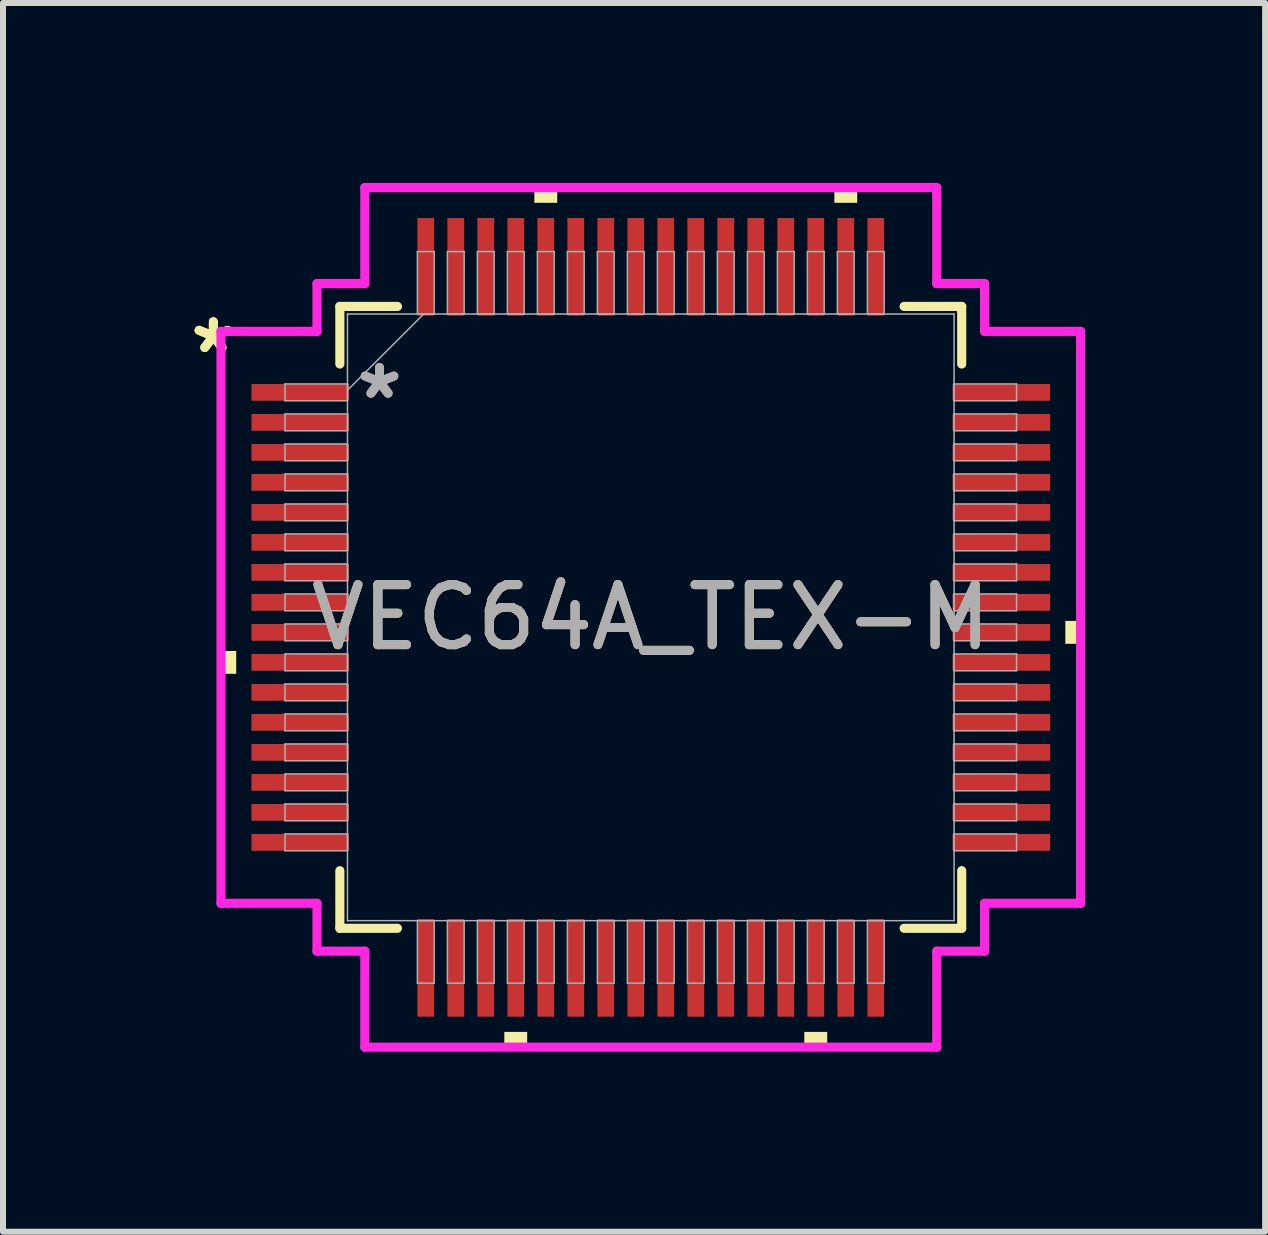
<source format=kicad_pcb>
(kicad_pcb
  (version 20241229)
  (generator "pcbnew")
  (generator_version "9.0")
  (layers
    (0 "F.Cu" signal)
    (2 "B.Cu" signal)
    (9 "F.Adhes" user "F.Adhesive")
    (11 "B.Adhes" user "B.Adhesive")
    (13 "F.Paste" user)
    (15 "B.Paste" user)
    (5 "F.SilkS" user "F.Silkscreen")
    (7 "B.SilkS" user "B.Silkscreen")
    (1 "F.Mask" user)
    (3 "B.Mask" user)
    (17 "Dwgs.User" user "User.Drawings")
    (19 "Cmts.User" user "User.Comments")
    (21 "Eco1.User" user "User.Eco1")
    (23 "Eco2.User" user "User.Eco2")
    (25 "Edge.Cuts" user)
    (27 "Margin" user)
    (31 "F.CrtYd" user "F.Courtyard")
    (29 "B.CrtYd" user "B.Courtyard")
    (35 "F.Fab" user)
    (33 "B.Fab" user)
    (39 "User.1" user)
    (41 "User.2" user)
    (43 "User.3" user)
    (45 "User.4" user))
  (footprint "VEC64A_TEX-M"
    (layer "F.Cu")
    (at 7.796 7.239)
    (property "Reference" "VEC64A_TEX-M" (at 0 0 0) (unlocked yes) (layer "F.SilkS") (effects (font (size 1 1) (thickness 0.15))))
    (attr smd)
    (fp_line (start -5.182 -5.182) (end -5.182 -4.222) (stroke (width 0.152) (type solid)) (layer "F.SilkS"))
    (fp_line (start -5.182 4.222) (end -5.182 5.182) (stroke (width 0.152) (type solid)) (layer "F.SilkS"))
    (fp_line (start -5.182 5.182) (end -4.222 5.182) (stroke (width 0.152) (type solid)) (layer "F.SilkS"))
    (fp_line (start -4.222 -5.182) (end -5.182 -5.182) (stroke (width 0.152) (type solid)) (layer "F.SilkS"))
    (fp_line (start 4.222 5.182) (end 5.182 5.182) (stroke (width 0.152) (type solid)) (layer "F.SilkS"))
    (fp_line (start 5.182 -5.182) (end 4.222 -5.182) (stroke (width 0.152) (type solid)) (layer "F.SilkS"))
    (fp_line (start 5.182 -4.222) (end 5.182 -5.182) (stroke (width 0.152) (type solid)) (layer "F.SilkS"))
    (fp_line (start 5.182 5.182) (end 5.182 4.222) (stroke (width 0.152) (type solid)) (layer "F.SilkS"))
    (fp_poly (pts (xy -7.163 0.56) (xy -7.163 0.941) (xy -6.909 0.941) (xy -6.909 0.56)) (stroke (width 0) (type solid)) (fill yes) (layer "F.SilkS"))
    (fp_poly (pts (xy -2.441 6.909) (xy -2.441 7.163) (xy -2.06 7.163) (xy -2.06 6.909)) (stroke (width 0) (type solid)) (fill yes) (layer "F.SilkS"))
    (fp_poly (pts (xy -1.94 -6.909) (xy -1.94 -7.163) (xy -1.559 -7.163) (xy -1.559 -6.909)) (stroke (width 0) (type solid)) (fill yes) (layer "F.SilkS"))
    (fp_poly (pts (xy 2.559 6.909) (xy 2.559 7.163) (xy 2.941 7.163) (xy 2.941 6.909)) (stroke (width 0) (type solid)) (fill yes) (layer "F.SilkS"))
    (fp_poly (pts (xy 3.06 -6.909) (xy 3.06 -7.163) (xy 3.441 -7.163) (xy 3.441 -6.909)) (stroke (width 0) (type solid)) (fill yes) (layer "F.SilkS"))
    (fp_poly (pts (xy 7.163 0.059) (xy 7.163 0.441) (xy 6.909 0.441) (xy 6.909 0.059)) (stroke (width 0) (type solid)) (fill yes) (layer "F.SilkS"))
    (fp_line (start -7.163 -4.766) (end -5.563 -4.766) (stroke (width 0.152) (type solid)) (layer "F.CrtYd"))
    (fp_line (start -7.163 4.766) (end -7.163 -4.766) (stroke (width 0.152) (type solid)) (layer "F.CrtYd"))
    (fp_line (start -7.163 4.766) (end -5.563 4.766) (stroke (width 0.152) (type solid)) (layer "F.CrtYd"))
    (fp_line (start -5.563 -5.563) (end -4.766 -5.563) (stroke (width 0.152) (type solid)) (layer "F.CrtYd"))
    (fp_line (start -5.563 -4.766) (end -5.563 -5.563) (stroke (width 0.152) (type solid)) (layer "F.CrtYd"))
    (fp_line (start -5.563 5.563) (end -5.563 4.766) (stroke (width 0.152) (type solid)) (layer "F.CrtYd"))
    (fp_line (start -4.766 -7.163) (end 4.766 -7.163) (stroke (width 0.152) (type solid)) (layer "F.CrtYd"))
    (fp_line (start -4.766 -5.563) (end -4.766 -7.163) (stroke (width 0.152) (type solid)) (layer "F.CrtYd"))
    (fp_line (start -4.766 5.563) (end -5.563 5.563) (stroke (width 0.152) (type solid)) (layer "F.CrtYd"))
    (fp_line (start -4.766 7.163) (end -4.766 5.563) (stroke (width 0.152) (type solid)) (layer "F.CrtYd"))
    (fp_line (start 4.766 -7.163) (end 4.766 -5.563) (stroke (width 0.152) (type solid)) (layer "F.CrtYd"))
    (fp_line (start 4.766 -5.563) (end 5.563 -5.563) (stroke (width 0.152) (type solid)) (layer "F.CrtYd"))
    (fp_line (start 4.766 5.563) (end 4.766 7.163) (stroke (width 0.152) (type solid)) (layer "F.CrtYd"))
    (fp_line (start 4.766 7.163) (end -4.766 7.163) (stroke (width 0.152) (type solid)) (layer "F.CrtYd"))
    (fp_line (start 5.563 -5.563) (end 5.563 -4.766) (stroke (width 0.152) (type solid)) (layer "F.CrtYd"))
    (fp_line (start 5.563 -4.766) (end 7.163 -4.766) (stroke (width 0.152) (type solid)) (layer "F.CrtYd"))
    (fp_line (start 5.563 4.766) (end 5.563 5.563) (stroke (width 0.152) (type solid)) (layer "F.CrtYd"))
    (fp_line (start 5.563 5.563) (end 4.766 5.563) (stroke (width 0.152) (type solid)) (layer "F.CrtYd"))
    (fp_line (start 7.163 -4.766) (end 7.163 4.766) (stroke (width 0.152) (type solid)) (layer "F.CrtYd"))
    (fp_line (start 7.163 4.766) (end 5.563 4.766) (stroke (width 0.152) (type solid)) (layer "F.CrtYd"))
    (fp_line (start -6.096 -3.89) (end -6.096 -3.61) (stroke (width 0.025) (type solid)) (layer "F.Fab"))
    (fp_line (start -6.096 -3.61) (end -5.055 -3.61) (stroke (width 0.025) (type solid)) (layer "F.Fab"))
    (fp_line (start -6.096 -3.39) (end -6.096 -3.11) (stroke (width 0.025) (type solid)) (layer "F.Fab"))
    (fp_line (start -6.096 -3.11) (end -5.055 -3.11) (stroke (width 0.025) (type solid)) (layer "F.Fab"))
    (fp_line (start -6.096 -2.89) (end -6.096 -2.61) (stroke (width 0.025) (type solid)) (layer "F.Fab"))
    (fp_line (start -6.096 -2.61) (end -5.055 -2.61) (stroke (width 0.025) (type solid)) (layer "F.Fab"))
    (fp_line (start -6.096 -2.39) (end -6.096 -2.11) (stroke (width 0.025) (type solid)) (layer "F.Fab"))
    (fp_line (start -6.096 -2.11) (end -5.055 -2.11) (stroke (width 0.025) (type solid)) (layer "F.Fab"))
    (fp_line (start -6.096 -1.89) (end -6.096 -1.61) (stroke (width 0.025) (type solid)) (layer "F.Fab"))
    (fp_line (start -6.096 -1.61) (end -5.055 -1.61) (stroke (width 0.025) (type solid)) (layer "F.Fab"))
    (fp_line (start -6.096 -1.39) (end -6.096 -1.11) (stroke (width 0.025) (type solid)) (layer "F.Fab"))
    (fp_line (start -6.096 -1.11) (end -5.055 -1.11) (stroke (width 0.025) (type solid)) (layer "F.Fab"))
    (fp_line (start -6.096 -0.89) (end -6.096 -0.61) (stroke (width 0.025) (type solid)) (layer "F.Fab"))
    (fp_line (start -6.096 -0.61) (end -5.055 -0.61) (stroke (width 0.025) (type solid)) (layer "F.Fab"))
    (fp_line (start -6.096 -0.39) (end -6.096 -0.11) (stroke (width 0.025) (type solid)) (layer "F.Fab"))
    (fp_line (start -6.096 -0.11) (end -5.055 -0.11) (stroke (width 0.025) (type solid)) (layer "F.Fab"))
    (fp_line (start -6.096 0.11) (end -6.096 0.39) (stroke (width 0.025) (type solid)) (layer "F.Fab"))
    (fp_line (start -6.096 0.39) (end -5.055 0.39) (stroke (width 0.025) (type solid)) (layer "F.Fab"))
    (fp_line (start -6.096 0.61) (end -6.096 0.89) (stroke (width 0.025) (type solid)) (layer "F.Fab"))
    (fp_line (start -6.096 0.89) (end -5.055 0.89) (stroke (width 0.025) (type solid)) (layer "F.Fab"))
    (fp_line (start -6.096 1.11) (end -6.096 1.39) (stroke (width 0.025) (type solid)) (layer "F.Fab"))
    (fp_line (start -6.096 1.39) (end -5.055 1.39) (stroke (width 0.025) (type solid)) (layer "F.Fab"))
    (fp_line (start -6.096 1.61) (end -6.096 1.89) (stroke (width 0.025) (type solid)) (layer "F.Fab"))
    (fp_line (start -6.096 1.89) (end -5.055 1.89) (stroke (width 0.025) (type solid)) (layer "F.Fab"))
    (fp_line (start -6.096 2.11) (end -6.096 2.39) (stroke (width 0.025) (type solid)) (layer "F.Fab"))
    (fp_line (start -6.096 2.39) (end -5.055 2.39) (stroke (width 0.025) (type solid)) (layer "F.Fab"))
    (fp_line (start -6.096 2.61) (end -6.096 2.89) (stroke (width 0.025) (type solid)) (layer "F.Fab"))
    (fp_line (start -6.096 2.89) (end -5.055 2.89) (stroke (width 0.025) (type solid)) (layer "F.Fab"))
    (fp_line (start -6.096 3.11) (end -6.096 3.39) (stroke (width 0.025) (type solid)) (layer "F.Fab"))
    (fp_line (start -6.096 3.39) (end -5.055 3.39) (stroke (width 0.025) (type solid)) (layer "F.Fab"))
    (fp_line (start -6.096 3.61) (end -6.096 3.89) (stroke (width 0.025) (type solid)) (layer "F.Fab"))
    (fp_line (start -6.096 3.89) (end -5.055 3.89) (stroke (width 0.025) (type solid)) (layer "F.Fab"))
    (fp_line (start -5.055 -5.055) (end -5.055 5.055) (stroke (width 0.025) (type solid)) (layer "F.Fab"))
    (fp_line (start -5.055 -3.89) (end -6.096 -3.89) (stroke (width 0.025) (type solid)) (layer "F.Fab"))
    (fp_line (start -5.055 -3.785) (end -3.785 -5.055) (stroke (width 0.025) (type solid)) (layer "F.Fab"))
    (fp_line (start -5.055 -3.61) (end -5.055 -3.89) (stroke (width 0.025) (type solid)) (layer "F.Fab"))
    (fp_line (start -5.055 -3.39) (end -6.096 -3.39) (stroke (width 0.025) (type solid)) (layer "F.Fab"))
    (fp_line (start -5.055 -3.11) (end -5.055 -3.39) (stroke (width 0.025) (type solid)) (layer "F.Fab"))
    (fp_line (start -5.055 -2.89) (end -6.096 -2.89) (stroke (width 0.025) (type solid)) (layer "F.Fab"))
    (fp_line (start -5.055 -2.61) (end -5.055 -2.89) (stroke (width 0.025) (type solid)) (layer "F.Fab"))
    (fp_line (start -5.055 -2.39) (end -6.096 -2.39) (stroke (width 0.025) (type solid)) (layer "F.Fab"))
    (fp_line (start -5.055 -2.11) (end -5.055 -2.39) (stroke (width 0.025) (type solid)) (layer "F.Fab"))
    (fp_line (start -5.055 -1.89) (end -6.096 -1.89) (stroke (width 0.025) (type solid)) (layer "F.Fab"))
    (fp_line (start -5.055 -1.61) (end -5.055 -1.89) (stroke (width 0.025) (type solid)) (layer "F.Fab"))
    (fp_line (start -5.055 -1.39) (end -6.096 -1.39) (stroke (width 0.025) (type solid)) (layer "F.Fab"))
    (fp_line (start -5.055 -1.11) (end -5.055 -1.39) (stroke (width 0.025) (type solid)) (layer "F.Fab"))
    (fp_line (start -5.055 -0.89) (end -6.096 -0.89) (stroke (width 0.025) (type solid)) (layer "F.Fab"))
    (fp_line (start -5.055 -0.61) (end -5.055 -0.89) (stroke (width 0.025) (type solid)) (layer "F.Fab"))
    (fp_line (start -5.055 -0.39) (end -6.096 -0.39) (stroke (width 0.025) (type solid)) (layer "F.Fab"))
    (fp_line (start -5.055 -0.11) (end -5.055 -0.39) (stroke (width 0.025) (type solid)) (layer "F.Fab"))
    (fp_line (start -5.055 0.11) (end -6.096 0.11) (stroke (width 0.025) (type solid)) (layer "F.Fab"))
    (fp_line (start -5.055 0.39) (end -5.055 0.11) (stroke (width 0.025) (type solid)) (layer "F.Fab"))
    (fp_line (start -5.055 0.61) (end -6.096 0.61) (stroke (width 0.025) (type solid)) (layer "F.Fab"))
    (fp_line (start -5.055 0.89) (end -5.055 0.61) (stroke (width 0.025) (type solid)) (layer "F.Fab"))
    (fp_line (start -5.055 1.11) (end -6.096 1.11) (stroke (width 0.025) (type solid)) (layer "F.Fab"))
    (fp_line (start -5.055 1.39) (end -5.055 1.11) (stroke (width 0.025) (type solid)) (layer "F.Fab"))
    (fp_line (start -5.055 1.61) (end -6.096 1.61) (stroke (width 0.025) (type solid)) (layer "F.Fab"))
    (fp_line (start -5.055 1.89) (end -5.055 1.61) (stroke (width 0.025) (type solid)) (layer "F.Fab"))
    (fp_line (start -5.055 2.11) (end -6.096 2.11) (stroke (width 0.025) (type solid)) (layer "F.Fab"))
    (fp_line (start -5.055 2.39) (end -5.055 2.11) (stroke (width 0.025) (type solid)) (layer "F.Fab"))
    (fp_line (start -5.055 2.61) (end -6.096 2.61) (stroke (width 0.025) (type solid)) (layer "F.Fab"))
    (fp_line (start -5.055 2.89) (end -5.055 2.61) (stroke (width 0.025) (type solid)) (layer "F.Fab"))
    (fp_line (start -5.055 3.11) (end -6.096 3.11) (stroke (width 0.025) (type solid)) (layer "F.Fab"))
    (fp_line (start -5.055 3.39) (end -5.055 3.11) (stroke (width 0.025) (type solid)) (layer "F.Fab"))
    (fp_line (start -5.055 3.61) (end -6.096 3.61) (stroke (width 0.025) (type solid)) (layer "F.Fab"))
    (fp_line (start -5.055 3.89) (end -5.055 3.61) (stroke (width 0.025) (type solid)) (layer "F.Fab"))
    (fp_line (start -5.055 5.055) (end 5.055 5.055) (stroke (width 0.025) (type solid)) (layer "F.Fab"))
    (fp_line (start -3.89 -6.096) (end -3.89 -5.055) (stroke (width 0.025) (type solid)) (layer "F.Fab"))
    (fp_line (start -3.89 -5.055) (end -3.61 -5.055) (stroke (width 0.025) (type solid)) (layer "F.Fab"))
    (fp_line (start -3.89 5.055) (end -3.89 6.096) (stroke (width 0.025) (type solid)) (layer "F.Fab"))
    (fp_line (start -3.89 6.096) (end -3.61 6.096) (stroke (width 0.025) (type solid)) (layer "F.Fab"))
    (fp_line (start -3.61 -6.096) (end -3.89 -6.096) (stroke (width 0.025) (type solid)) (layer "F.Fab"))
    (fp_line (start -3.61 -5.055) (end -3.61 -6.096) (stroke (width 0.025) (type solid)) (layer "F.Fab"))
    (fp_line (start -3.61 5.055) (end -3.89 5.055) (stroke (width 0.025) (type solid)) (layer "F.Fab"))
    (fp_line (start -3.61 6.096) (end -3.61 5.055) (stroke (width 0.025) (type solid)) (layer "F.Fab"))
    (fp_line (start -3.39 -6.096) (end -3.39 -5.055) (stroke (width 0.025) (type solid)) (layer "F.Fab"))
    (fp_line (start -3.39 -5.055) (end -3.11 -5.055) (stroke (width 0.025) (type solid)) (layer "F.Fab"))
    (fp_line (start -3.39 5.055) (end -3.39 6.096) (stroke (width 0.025) (type solid)) (layer "F.Fab"))
    (fp_line (start -3.39 6.096) (end -3.11 6.096) (stroke (width 0.025) (type solid)) (layer "F.Fab"))
    (fp_line (start -3.11 -6.096) (end -3.39 -6.096) (stroke (width 0.025) (type solid)) (layer "F.Fab"))
    (fp_line (start -3.11 -5.055) (end -3.11 -6.096) (stroke (width 0.025) (type solid)) (layer "F.Fab"))
    (fp_line (start -3.11 5.055) (end -3.39 5.055) (stroke (width 0.025) (type solid)) (layer "F.Fab"))
    (fp_line (start -3.11 6.096) (end -3.11 5.055) (stroke (width 0.025) (type solid)) (layer "F.Fab"))
    (fp_line (start -2.89 -6.096) (end -2.89 -5.055) (stroke (width 0.025) (type solid)) (layer "F.Fab"))
    (fp_line (start -2.89 -5.055) (end -2.61 -5.055) (stroke (width 0.025) (type solid)) (layer "F.Fab"))
    (fp_line (start -2.89 5.055) (end -2.89 6.096) (stroke (width 0.025) (type solid)) (layer "F.Fab"))
    (fp_line (start -2.89 6.096) (end -2.61 6.096) (stroke (width 0.025) (type solid)) (layer "F.Fab"))
    (fp_line (start -2.61 -6.096) (end -2.89 -6.096) (stroke (width 0.025) (type solid)) (layer "F.Fab"))
    (fp_line (start -2.61 -5.055) (end -2.61 -6.096) (stroke (width 0.025) (type solid)) (layer "F.Fab"))
    (fp_line (start -2.61 5.055) (end -2.89 5.055) (stroke (width 0.025) (type solid)) (layer "F.Fab"))
    (fp_line (start -2.61 6.096) (end -2.61 5.055) (stroke (width 0.025) (type solid)) (layer "F.Fab"))
    (fp_line (start -2.39 -6.096) (end -2.39 -5.055) (stroke (width 0.025) (type solid)) (layer "F.Fab"))
    (fp_line (start -2.39 -5.055) (end -2.11 -5.055) (stroke (width 0.025) (type solid)) (layer "F.Fab"))
    (fp_line (start -2.39 5.055) (end -2.39 6.096) (stroke (width 0.025) (type solid)) (layer "F.Fab"))
    (fp_line (start -2.39 6.096) (end -2.11 6.096) (stroke (width 0.025) (type solid)) (layer "F.Fab"))
    (fp_line (start -2.11 -6.096) (end -2.39 -6.096) (stroke (width 0.025) (type solid)) (layer "F.Fab"))
    (fp_line (start -2.11 -5.055) (end -2.11 -6.096) (stroke (width 0.025) (type solid)) (layer "F.Fab"))
    (fp_line (start -2.11 5.055) (end -2.39 5.055) (stroke (width 0.025) (type solid)) (layer "F.Fab"))
    (fp_line (start -2.11 6.096) (end -2.11 5.055) (stroke (width 0.025) (type solid)) (layer "F.Fab"))
    (fp_line (start -1.89 -6.096) (end -1.89 -5.055) (stroke (width 0.025) (type solid)) (layer "F.Fab"))
    (fp_line (start -1.89 -5.055) (end -1.61 -5.055) (stroke (width 0.025) (type solid)) (layer "F.Fab"))
    (fp_line (start -1.89 5.055) (end -1.89 6.096) (stroke (width 0.025) (type solid)) (layer "F.Fab"))
    (fp_line (start -1.89 6.096) (end -1.61 6.096) (stroke (width 0.025) (type solid)) (layer "F.Fab"))
    (fp_line (start -1.61 -6.096) (end -1.89 -6.096) (stroke (width 0.025) (type solid)) (layer "F.Fab"))
    (fp_line (start -1.61 -5.055) (end -1.61 -6.096) (stroke (width 0.025) (type solid)) (layer "F.Fab"))
    (fp_line (start -1.61 5.055) (end -1.89 5.055) (stroke (width 0.025) (type solid)) (layer "F.Fab"))
    (fp_line (start -1.61 6.096) (end -1.61 5.055) (stroke (width 0.025) (type solid)) (layer "F.Fab"))
    (fp_line (start -1.39 -6.096) (end -1.39 -5.055) (stroke (width 0.025) (type solid)) (layer "F.Fab"))
    (fp_line (start -1.39 -5.055) (end -1.11 -5.055) (stroke (width 0.025) (type solid)) (layer "F.Fab"))
    (fp_line (start -1.39 5.055) (end -1.39 6.096) (stroke (width 0.025) (type solid)) (layer "F.Fab"))
    (fp_line (start -1.39 6.096) (end -1.11 6.096) (stroke (width 0.025) (type solid)) (layer "F.Fab"))
    (fp_line (start -1.11 -6.096) (end -1.39 -6.096) (stroke (width 0.025) (type solid)) (layer "F.Fab"))
    (fp_line (start -1.11 -5.055) (end -1.11 -6.096) (stroke (width 0.025) (type solid)) (layer "F.Fab"))
    (fp_line (start -1.11 5.055) (end -1.39 5.055) (stroke (width 0.025) (type solid)) (layer "F.Fab"))
    (fp_line (start -1.11 6.096) (end -1.11 5.055) (stroke (width 0.025) (type solid)) (layer "F.Fab"))
    (fp_line (start -0.89 -6.096) (end -0.89 -5.055) (stroke (width 0.025) (type solid)) (layer "F.Fab"))
    (fp_line (start -0.89 -5.055) (end -0.61 -5.055) (stroke (width 0.025) (type solid)) (layer "F.Fab"))
    (fp_line (start -0.89 5.055) (end -0.89 6.096) (stroke (width 0.025) (type solid)) (layer "F.Fab"))
    (fp_line (start -0.89 6.096) (end -0.61 6.096) (stroke (width 0.025) (type solid)) (layer "F.Fab"))
    (fp_line (start -0.61 -6.096) (end -0.89 -6.096) (stroke (width 0.025) (type solid)) (layer "F.Fab"))
    (fp_line (start -0.61 -5.055) (end -0.61 -6.096) (stroke (width 0.025) (type solid)) (layer "F.Fab"))
    (fp_line (start -0.61 5.055) (end -0.89 5.055) (stroke (width 0.025) (type solid)) (layer "F.Fab"))
    (fp_line (start -0.61 6.096) (end -0.61 5.055) (stroke (width 0.025) (type solid)) (layer "F.Fab"))
    (fp_line (start -0.39 -6.096) (end -0.39 -5.055) (stroke (width 0.025) (type solid)) (layer "F.Fab"))
    (fp_line (start -0.39 -5.055) (end -0.11 -5.055) (stroke (width 0.025) (type solid)) (layer "F.Fab"))
    (fp_line (start -0.39 5.055) (end -0.39 6.096) (stroke (width 0.025) (type solid)) (layer "F.Fab"))
    (fp_line (start -0.39 6.096) (end -0.11 6.096) (stroke (width 0.025) (type solid)) (layer "F.Fab"))
    (fp_line (start -0.11 -6.096) (end -0.39 -6.096) (stroke (width 0.025) (type solid)) (layer "F.Fab"))
    (fp_line (start -0.11 -5.055) (end -0.11 -6.096) (stroke (width 0.025) (type solid)) (layer "F.Fab"))
    (fp_line (start -0.11 5.055) (end -0.39 5.055) (stroke (width 0.025) (type solid)) (layer "F.Fab"))
    (fp_line (start -0.11 6.096) (end -0.11 5.055) (stroke (width 0.025) (type solid)) (layer "F.Fab"))
    (fp_line (start 0.11 -6.096) (end 0.11 -5.055) (stroke (width 0.025) (type solid)) (layer "F.Fab"))
    (fp_line (start 0.11 -5.055) (end 0.39 -5.055) (stroke (width 0.025) (type solid)) (layer "F.Fab"))
    (fp_line (start 0.11 5.055) (end 0.11 6.096) (stroke (width 0.025) (type solid)) (layer "F.Fab"))
    (fp_line (start 0.11 6.096) (end 0.39 6.096) (stroke (width 0.025) (type solid)) (layer "F.Fab"))
    (fp_line (start 0.39 -6.096) (end 0.11 -6.096) (stroke (width 0.025) (type solid)) (layer "F.Fab"))
    (fp_line (start 0.39 -5.055) (end 0.39 -6.096) (stroke (width 0.025) (type solid)) (layer "F.Fab"))
    (fp_line (start 0.39 5.055) (end 0.11 5.055) (stroke (width 0.025) (type solid)) (layer "F.Fab"))
    (fp_line (start 0.39 6.096) (end 0.39 5.055) (stroke (width 0.025) (type solid)) (layer "F.Fab"))
    (fp_line (start 0.61 -6.096) (end 0.61 -5.055) (stroke (width 0.025) (type solid)) (layer "F.Fab"))
    (fp_line (start 0.61 -5.055) (end 0.89 -5.055) (stroke (width 0.025) (type solid)) (layer "F.Fab"))
    (fp_line (start 0.61 5.055) (end 0.61 6.096) (stroke (width 0.025) (type solid)) (layer "F.Fab"))
    (fp_line (start 0.61 6.096) (end 0.89 6.096) (stroke (width 0.025) (type solid)) (layer "F.Fab"))
    (fp_line (start 0.89 -6.096) (end 0.61 -6.096) (stroke (width 0.025) (type solid)) (layer "F.Fab"))
    (fp_line (start 0.89 -5.055) (end 0.89 -6.096) (stroke (width 0.025) (type solid)) (layer "F.Fab"))
    (fp_line (start 0.89 5.055) (end 0.61 5.055) (stroke (width 0.025) (type solid)) (layer "F.Fab"))
    (fp_line (start 0.89 6.096) (end 0.89 5.055) (stroke (width 0.025) (type solid)) (layer "F.Fab"))
    (fp_line (start 1.11 -6.096) (end 1.11 -5.055) (stroke (width 0.025) (type solid)) (layer "F.Fab"))
    (fp_line (start 1.11 -5.055) (end 1.39 -5.055) (stroke (width 0.025) (type solid)) (layer "F.Fab"))
    (fp_line (start 1.11 5.055) (end 1.11 6.096) (stroke (width 0.025) (type solid)) (layer "F.Fab"))
    (fp_line (start 1.11 6.096) (end 1.39 6.096) (stroke (width 0.025) (type solid)) (layer "F.Fab"))
    (fp_line (start 1.39 -6.096) (end 1.11 -6.096) (stroke (width 0.025) (type solid)) (layer "F.Fab"))
    (fp_line (start 1.39 -5.055) (end 1.39 -6.096) (stroke (width 0.025) (type solid)) (layer "F.Fab"))
    (fp_line (start 1.39 5.055) (end 1.11 5.055) (stroke (width 0.025) (type solid)) (layer "F.Fab"))
    (fp_line (start 1.39 6.096) (end 1.39 5.055) (stroke (width 0.025) (type solid)) (layer "F.Fab"))
    (fp_line (start 1.61 -6.096) (end 1.61 -5.055) (stroke (width 0.025) (type solid)) (layer "F.Fab"))
    (fp_line (start 1.61 -5.055) (end 1.89 -5.055) (stroke (width 0.025) (type solid)) (layer "F.Fab"))
    (fp_line (start 1.61 5.055) (end 1.61 6.096) (stroke (width 0.025) (type solid)) (layer "F.Fab"))
    (fp_line (start 1.61 6.096) (end 1.89 6.096) (stroke (width 0.025) (type solid)) (layer "F.Fab"))
    (fp_line (start 1.89 -6.096) (end 1.61 -6.096) (stroke (width 0.025) (type solid)) (layer "F.Fab"))
    (fp_line (start 1.89 -5.055) (end 1.89 -6.096) (stroke (width 0.025) (type solid)) (layer "F.Fab"))
    (fp_line (start 1.89 5.055) (end 1.61 5.055) (stroke (width 0.025) (type solid)) (layer "F.Fab"))
    (fp_line (start 1.89 6.096) (end 1.89 5.055) (stroke (width 0.025) (type solid)) (layer "F.Fab"))
    (fp_line (start 2.11 -6.096) (end 2.11 -5.055) (stroke (width 0.025) (type solid)) (layer "F.Fab"))
    (fp_line (start 2.11 -5.055) (end 2.39 -5.055) (stroke (width 0.025) (type solid)) (layer "F.Fab"))
    (fp_line (start 2.11 5.055) (end 2.11 6.096) (stroke (width 0.025) (type solid)) (layer "F.Fab"))
    (fp_line (start 2.11 6.096) (end 2.39 6.096) (stroke (width 0.025) (type solid)) (layer "F.Fab"))
    (fp_line (start 2.39 -6.096) (end 2.11 -6.096) (stroke (width 0.025) (type solid)) (layer "F.Fab"))
    (fp_line (start 2.39 -5.055) (end 2.39 -6.096) (stroke (width 0.025) (type solid)) (layer "F.Fab"))
    (fp_line (start 2.39 5.055) (end 2.11 5.055) (stroke (width 0.025) (type solid)) (layer "F.Fab"))
    (fp_line (start 2.39 6.096) (end 2.39 5.055) (stroke (width 0.025) (type solid)) (layer "F.Fab"))
    (fp_line (start 2.61 -6.096) (end 2.61 -5.055) (stroke (width 0.025) (type solid)) (layer "F.Fab"))
    (fp_line (start 2.61 -5.055) (end 2.89 -5.055) (stroke (width 0.025) (type solid)) (layer "F.Fab"))
    (fp_line (start 2.61 5.055) (end 2.61 6.096) (stroke (width 0.025) (type solid)) (layer "F.Fab"))
    (fp_line (start 2.61 6.096) (end 2.89 6.096) (stroke (width 0.025) (type solid)) (layer "F.Fab"))
    (fp_line (start 2.89 -6.096) (end 2.61 -6.096) (stroke (width 0.025) (type solid)) (layer "F.Fab"))
    (fp_line (start 2.89 -5.055) (end 2.89 -6.096) (stroke (width 0.025) (type solid)) (layer "F.Fab"))
    (fp_line (start 2.89 5.055) (end 2.61 5.055) (stroke (width 0.025) (type solid)) (layer "F.Fab"))
    (fp_line (start 2.89 6.096) (end 2.89 5.055) (stroke (width 0.025) (type solid)) (layer "F.Fab"))
    (fp_line (start 3.11 -6.096) (end 3.11 -5.055) (stroke (width 0.025) (type solid)) (layer "F.Fab"))
    (fp_line (start 3.11 -5.055) (end 3.39 -5.055) (stroke (width 0.025) (type solid)) (layer "F.Fab"))
    (fp_line (start 3.11 5.055) (end 3.11 6.096) (stroke (width 0.025) (type solid)) (layer "F.Fab"))
    (fp_line (start 3.11 6.096) (end 3.39 6.096) (stroke (width 0.025) (type solid)) (layer "F.Fab"))
    (fp_line (start 3.39 -6.096) (end 3.11 -6.096) (stroke (width 0.025) (type solid)) (layer "F.Fab"))
    (fp_line (start 3.39 -5.055) (end 3.39 -6.096) (stroke (width 0.025) (type solid)) (layer "F.Fab"))
    (fp_line (start 3.39 5.055) (end 3.11 5.055) (stroke (width 0.025) (type solid)) (layer "F.Fab"))
    (fp_line (start 3.39 6.096) (end 3.39 5.055) (stroke (width 0.025) (type solid)) (layer "F.Fab"))
    (fp_line (start 3.61 -6.096) (end 3.61 -5.055) (stroke (width 0.025) (type solid)) (layer "F.Fab"))
    (fp_line (start 3.61 -5.055) (end 3.89 -5.055) (stroke (width 0.025) (type solid)) (layer "F.Fab"))
    (fp_line (start 3.61 5.055) (end 3.61 6.096) (stroke (width 0.025) (type solid)) (layer "F.Fab"))
    (fp_line (start 3.61 6.096) (end 3.89 6.096) (stroke (width 0.025) (type solid)) (layer "F.Fab"))
    (fp_line (start 3.89 -6.096) (end 3.61 -6.096) (stroke (width 0.025) (type solid)) (layer "F.Fab"))
    (fp_line (start 3.89 -5.055) (end 3.89 -6.096) (stroke (width 0.025) (type solid)) (layer "F.Fab"))
    (fp_line (start 3.89 5.055) (end 3.61 5.055) (stroke (width 0.025) (type solid)) (layer "F.Fab"))
    (fp_line (start 3.89 6.096) (end 3.89 5.055) (stroke (width 0.025) (type solid)) (layer "F.Fab"))
    (fp_line (start 5.055 -5.055) (end -5.055 -5.055) (stroke (width 0.025) (type solid)) (layer "F.Fab"))
    (fp_line (start 5.055 -3.89) (end 5.055 -3.61) (stroke (width 0.025) (type solid)) (layer "F.Fab"))
    (fp_line (start 5.055 -3.61) (end 6.096 -3.61) (stroke (width 0.025) (type solid)) (layer "F.Fab"))
    (fp_line (start 5.055 -3.39) (end 5.055 -3.11) (stroke (width 0.025) (type solid)) (layer "F.Fab"))
    (fp_line (start 5.055 -3.11) (end 6.096 -3.11) (stroke (width 0.025) (type solid)) (layer "F.Fab"))
    (fp_line (start 5.055 -2.89) (end 5.055 -2.61) (stroke (width 0.025) (type solid)) (layer "F.Fab"))
    (fp_line (start 5.055 -2.61) (end 6.096 -2.61) (stroke (width 0.025) (type solid)) (layer "F.Fab"))
    (fp_line (start 5.055 -2.39) (end 5.055 -2.11) (stroke (width 0.025) (type solid)) (layer "F.Fab"))
    (fp_line (start 5.055 -2.11) (end 6.096 -2.11) (stroke (width 0.025) (type solid)) (layer "F.Fab"))
    (fp_line (start 5.055 -1.89) (end 5.055 -1.61) (stroke (width 0.025) (type solid)) (layer "F.Fab"))
    (fp_line (start 5.055 -1.61) (end 6.096 -1.61) (stroke (width 0.025) (type solid)) (layer "F.Fab"))
    (fp_line (start 5.055 -1.39) (end 5.055 -1.11) (stroke (width 0.025) (type solid)) (layer "F.Fab"))
    (fp_line (start 5.055 -1.11) (end 6.096 -1.11) (stroke (width 0.025) (type solid)) (layer "F.Fab"))
    (fp_line (start 5.055 -0.89) (end 5.055 -0.61) (stroke (width 0.025) (type solid)) (layer "F.Fab"))
    (fp_line (start 5.055 -0.61) (end 6.096 -0.61) (stroke (width 0.025) (type solid)) (layer "F.Fab"))
    (fp_line (start 5.055 -0.39) (end 5.055 -0.11) (stroke (width 0.025) (type solid)) (layer "F.Fab"))
    (fp_line (start 5.055 -0.11) (end 6.096 -0.11) (stroke (width 0.025) (type solid)) (layer "F.Fab"))
    (fp_line (start 5.055 0.11) (end 5.055 0.39) (stroke (width 0.025) (type solid)) (layer "F.Fab"))
    (fp_line (start 5.055 0.39) (end 6.096 0.39) (stroke (width 0.025) (type solid)) (layer "F.Fab"))
    (fp_line (start 5.055 0.61) (end 5.055 0.89) (stroke (width 0.025) (type solid)) (layer "F.Fab"))
    (fp_line (start 5.055 0.89) (end 6.096 0.89) (stroke (width 0.025) (type solid)) (layer "F.Fab"))
    (fp_line (start 5.055 1.11) (end 5.055 1.39) (stroke (width 0.025) (type solid)) (layer "F.Fab"))
    (fp_line (start 5.055 1.39) (end 6.096 1.39) (stroke (width 0.025) (type solid)) (layer "F.Fab"))
    (fp_line (start 5.055 1.61) (end 5.055 1.89) (stroke (width 0.025) (type solid)) (layer "F.Fab"))
    (fp_line (start 5.055 1.89) (end 6.096 1.89) (stroke (width 0.025) (type solid)) (layer "F.Fab"))
    (fp_line (start 5.055 2.11) (end 5.055 2.39) (stroke (width 0.025) (type solid)) (layer "F.Fab"))
    (fp_line (start 5.055 2.39) (end 6.096 2.39) (stroke (width 0.025) (type solid)) (layer "F.Fab"))
    (fp_line (start 5.055 2.61) (end 5.055 2.89) (stroke (width 0.025) (type solid)) (layer "F.Fab"))
    (fp_line (start 5.055 2.89) (end 6.096 2.89) (stroke (width 0.025) (type solid)) (layer "F.Fab"))
    (fp_line (start 5.055 3.11) (end 5.055 3.39) (stroke (width 0.025) (type solid)) (layer "F.Fab"))
    (fp_line (start 5.055 3.39) (end 6.096 3.39) (stroke (width 0.025) (type solid)) (layer "F.Fab"))
    (fp_line (start 5.055 3.61) (end 5.055 3.89) (stroke (width 0.025) (type solid)) (layer "F.Fab"))
    (fp_line (start 5.055 3.89) (end 6.096 3.89) (stroke (width 0.025) (type solid)) (layer "F.Fab"))
    (fp_line (start 5.055 5.055) (end 5.055 -5.055) (stroke (width 0.025) (type solid)) (layer "F.Fab"))
    (fp_line (start 6.096 -3.89) (end 5.055 -3.89) (stroke (width 0.025) (type solid)) (layer "F.Fab"))
    (fp_line (start 6.096 -3.61) (end 6.096 -3.89) (stroke (width 0.025) (type solid)) (layer "F.Fab"))
    (fp_line (start 6.096 -3.39) (end 5.055 -3.39) (stroke (width 0.025) (type solid)) (layer "F.Fab"))
    (fp_line (start 6.096 -3.11) (end 6.096 -3.39) (stroke (width 0.025) (type solid)) (layer "F.Fab"))
    (fp_line (start 6.096 -2.89) (end 5.055 -2.89) (stroke (width 0.025) (type solid)) (layer "F.Fab"))
    (fp_line (start 6.096 -2.61) (end 6.096 -2.89) (stroke (width 0.025) (type solid)) (layer "F.Fab"))
    (fp_line (start 6.096 -2.39) (end 5.055 -2.39) (stroke (width 0.025) (type solid)) (layer "F.Fab"))
    (fp_line (start 6.096 -2.11) (end 6.096 -2.39) (stroke (width 0.025) (type solid)) (layer "F.Fab"))
    (fp_line (start 6.096 -1.89) (end 5.055 -1.89) (stroke (width 0.025) (type solid)) (layer "F.Fab"))
    (fp_line (start 6.096 -1.61) (end 6.096 -1.89) (stroke (width 0.025) (type solid)) (layer "F.Fab"))
    (fp_line (start 6.096 -1.39) (end 5.055 -1.39) (stroke (width 0.025) (type solid)) (layer "F.Fab"))
    (fp_line (start 6.096 -1.11) (end 6.096 -1.39) (stroke (width 0.025) (type solid)) (layer "F.Fab"))
    (fp_line (start 6.096 -0.89) (end 5.055 -0.89) (stroke (width 0.025) (type solid)) (layer "F.Fab"))
    (fp_line (start 6.096 -0.61) (end 6.096 -0.89) (stroke (width 0.025) (type solid)) (layer "F.Fab"))
    (fp_line (start 6.096 -0.39) (end 5.055 -0.39) (stroke (width 0.025) (type solid)) (layer "F.Fab"))
    (fp_line (start 6.096 -0.11) (end 6.096 -0.39) (stroke (width 0.025) (type solid)) (layer "F.Fab"))
    (fp_line (start 6.096 0.11) (end 5.055 0.11) (stroke (width 0.025) (type solid)) (layer "F.Fab"))
    (fp_line (start 6.096 0.39) (end 6.096 0.11) (stroke (width 0.025) (type solid)) (layer "F.Fab"))
    (fp_line (start 6.096 0.61) (end 5.055 0.61) (stroke (width 0.025) (type solid)) (layer "F.Fab"))
    (fp_line (start 6.096 0.89) (end 6.096 0.61) (stroke (width 0.025) (type solid)) (layer "F.Fab"))
    (fp_line (start 6.096 1.11) (end 5.055 1.11) (stroke (width 0.025) (type solid)) (layer "F.Fab"))
    (fp_line (start 6.096 1.39) (end 6.096 1.11) (stroke (width 0.025) (type solid)) (layer "F.Fab"))
    (fp_line (start 6.096 1.61) (end 5.055 1.61) (stroke (width 0.025) (type solid)) (layer "F.Fab"))
    (fp_line (start 6.096 1.89) (end 6.096 1.61) (stroke (width 0.025) (type solid)) (layer "F.Fab"))
    (fp_line (start 6.096 2.11) (end 5.055 2.11) (stroke (width 0.025) (type solid)) (layer "F.Fab"))
    (fp_line (start 6.096 2.39) (end 6.096 2.11) (stroke (width 0.025) (type solid)) (layer "F.Fab"))
    (fp_line (start 6.096 2.61) (end 5.055 2.61) (stroke (width 0.025) (type solid)) (layer "F.Fab"))
    (fp_line (start 6.096 2.89) (end 6.096 2.61) (stroke (width 0.025) (type solid)) (layer "F.Fab"))
    (fp_line (start 6.096 3.11) (end 5.055 3.11) (stroke (width 0.025) (type solid)) (layer "F.Fab"))
    (fp_line (start 6.096 3.39) (end 6.096 3.11) (stroke (width 0.025) (type solid)) (layer "F.Fab"))
    (fp_line (start 6.096 3.61) (end 5.055 3.61) (stroke (width 0.025) (type solid)) (layer "F.Fab"))
    (fp_line (start 6.096 3.89) (end 6.096 3.61) (stroke (width 0.025) (type solid)) (layer "F.Fab"))
    (fp_text user "*" (at -7.29 -4.381 0) (unlocked yes) (layer "F.SilkS") (effects (font (size 1 1) (thickness 0.15))))
    (fp_text user "*" (at -7.29 -4.381 0) (layer "F.SilkS") (effects (font (size 1 1) (thickness 0.15))))
    (fp_text user "${REFERENCE}" (at 0 0 0) (unlocked yes) (layer "F.Fab") (effects (font (size 1 1) (thickness 0.15))))
    (fp_text user "*" (at -4.521 -3.619 0) (layer "F.Fab") (effects (font (size 1 1) (thickness 0.15))))
    (fp_text user "*" (at -4.521 -3.619 0) (unlocked yes) (layer "F.Fab") (effects (font (size 1 1) (thickness 0.15))))
    (pad "1" smd rect (at -5.842 -3.75 90) (size 0.279 1.626) (layers "F.Cu" "F.Mask" "F.Paste"))
    (pad "2" smd rect (at -5.842 -3.25 90) (size 0.279 1.626) (layers "F.Cu" "F.Mask" "F.Paste"))
    (pad "3" smd rect (at -5.842 -2.75 90) (size 0.279 1.626) (layers "F.Cu" "F.Mask" "F.Paste"))
    (pad "4" smd rect (at -5.842 -2.25 90) (size 0.279 1.626) (layers "F.Cu" "F.Mask" "F.Paste"))
    (pad "5" smd rect (at -5.842 -1.75 90) (size 0.279 1.626) (layers "F.Cu" "F.Mask" "F.Paste"))
    (pad "6" smd rect (at -5.842 -1.25 90) (size 0.279 1.626) (layers "F.Cu" "F.Mask" "F.Paste"))
    (pad "7" smd rect (at -5.842 -0.75 90) (size 0.279 1.626) (layers "F.Cu" "F.Mask" "F.Paste"))
    (pad "8" smd rect (at -5.842 -0.25 90) (size 0.279 1.626) (layers "F.Cu" "F.Mask" "F.Paste"))
    (pad "9" smd rect (at -5.842 0.25 90) (size 0.279 1.626) (layers "F.Cu" "F.Mask" "F.Paste"))
    (pad "10" smd rect (at -5.842 0.75 90) (size 0.279 1.626) (layers "F.Cu" "F.Mask" "F.Paste"))
    (pad "11" smd rect (at -5.842 1.25 90) (size 0.279 1.626) (layers "F.Cu" "F.Mask" "F.Paste"))
    (pad "12" smd rect (at -5.842 1.75 90) (size 0.279 1.626) (layers "F.Cu" "F.Mask" "F.Paste"))
    (pad "13" smd rect (at -5.842 2.25 90) (size 0.279 1.626) (layers "F.Cu" "F.Mask" "F.Paste"))
    (pad "14" smd rect (at -5.842 2.75 90) (size 0.279 1.626) (layers "F.Cu" "F.Mask" "F.Paste"))
    (pad "15" smd rect (at -5.842 3.25 90) (size 0.279 1.626) (layers "F.Cu" "F.Mask" "F.Paste"))
    (pad "16" smd rect (at -5.842 3.75 90) (size 0.279 1.626) (layers "F.Cu" "F.Mask" "F.Paste"))
    (pad "17" smd rect (at -3.75 5.842) (size 0.279 1.626) (layers "F.Cu" "F.Mask" "F.Paste"))
    (pad "18" smd rect (at -3.25 5.842) (size 0.279 1.626) (layers "F.Cu" "F.Mask" "F.Paste"))
    (pad "19" smd rect (at -2.75 5.842) (size 0.279 1.626) (layers "F.Cu" "F.Mask" "F.Paste"))
    (pad "20" smd rect (at -2.25 5.842) (size 0.279 1.626) (layers "F.Cu" "F.Mask" "F.Paste"))
    (pad "21" smd rect (at -1.75 5.842) (size 0.279 1.626) (layers "F.Cu" "F.Mask" "F.Paste"))
    (pad "22" smd rect (at -1.25 5.842) (size 0.279 1.626) (layers "F.Cu" "F.Mask" "F.Paste"))
    (pad "23" smd rect (at -0.75 5.842) (size 0.279 1.626) (layers "F.Cu" "F.Mask" "F.Paste"))
    (pad "24" smd rect (at -0.25 5.842) (size 0.279 1.626) (layers "F.Cu" "F.Mask" "F.Paste"))
    (pad "25" smd rect (at 0.25 5.842) (size 0.279 1.626) (layers "F.Cu" "F.Mask" "F.Paste"))
    (pad "26" smd rect (at 0.75 5.842) (size 0.279 1.626) (layers "F.Cu" "F.Mask" "F.Paste"))
    (pad "27" smd rect (at 1.25 5.842) (size 0.279 1.626) (layers "F.Cu" "F.Mask" "F.Paste"))
    (pad "28" smd rect (at 1.75 5.842) (size 0.279 1.626) (layers "F.Cu" "F.Mask" "F.Paste"))
    (pad "29" smd rect (at 2.25 5.842) (size 0.279 1.626) (layers "F.Cu" "F.Mask" "F.Paste"))
    (pad "30" smd rect (at 2.75 5.842) (size 0.279 1.626) (layers "F.Cu" "F.Mask" "F.Paste"))
    (pad "31" smd rect (at 3.25 5.842) (size 0.279 1.626) (layers "F.Cu" "F.Mask" "F.Paste"))
    (pad "32" smd rect (at 3.75 5.842) (size 0.279 1.626) (layers "F.Cu" "F.Mask" "F.Paste"))
    (pad "33" smd rect (at 5.842 3.75 90) (size 0.279 1.626) (layers "F.Cu" "F.Mask" "F.Paste"))
    (pad "34" smd rect (at 5.842 3.25 90) (size 0.279 1.626) (layers "F.Cu" "F.Mask" "F.Paste"))
    (pad "35" smd rect (at 5.842 2.75 90) (size 0.279 1.626) (layers "F.Cu" "F.Mask" "F.Paste"))
    (pad "36" smd rect (at 5.842 2.25 90) (size 0.279 1.626) (layers "F.Cu" "F.Mask" "F.Paste"))
    (pad "37" smd rect (at 5.842 1.75 90) (size 0.279 1.626) (layers "F.Cu" "F.Mask" "F.Paste"))
    (pad "38" smd rect (at 5.842 1.25 90) (size 0.279 1.626) (layers "F.Cu" "F.Mask" "F.Paste"))
    (pad "39" smd rect (at 5.842 0.75 90) (size 0.279 1.626) (layers "F.Cu" "F.Mask" "F.Paste"))
    (pad "40" smd rect (at 5.842 0.25 90) (size 0.279 1.626) (layers "F.Cu" "F.Mask" "F.Paste"))
    (pad "41" smd rect (at 5.842 -0.25 90) (size 0.279 1.626) (layers "F.Cu" "F.Mask" "F.Paste"))
    (pad "42" smd rect (at 5.842 -0.75 90) (size 0.279 1.626) (layers "F.Cu" "F.Mask" "F.Paste"))
    (pad "43" smd rect (at 5.842 -1.25 90) (size 0.279 1.626) (layers "F.Cu" "F.Mask" "F.Paste"))
    (pad "44" smd rect (at 5.842 -1.75 90) (size 0.279 1.626) (layers "F.Cu" "F.Mask" "F.Paste"))
    (pad "45" smd rect (at 5.842 -2.25 90) (size 0.279 1.626) (layers "F.Cu" "F.Mask" "F.Paste"))
    (pad "46" smd rect (at 5.842 -2.75 90) (size 0.279 1.626) (layers "F.Cu" "F.Mask" "F.Paste"))
    (pad "47" smd rect (at 5.842 -3.25 90) (size 0.279 1.626) (layers "F.Cu" "F.Mask" "F.Paste"))
    (pad "48" smd rect (at 5.842 -3.75 90) (size 0.279 1.626) (layers "F.Cu" "F.Mask" "F.Paste"))
    (pad "49" smd rect (at 3.75 -5.842) (size 0.279 1.626) (layers "F.Cu" "F.Mask" "F.Paste"))
    (pad "50" smd rect (at 3.25 -5.842) (size 0.279 1.626) (layers "F.Cu" "F.Mask" "F.Paste"))
    (pad "51" smd rect (at 2.75 -5.842) (size 0.279 1.626) (layers "F.Cu" "F.Mask" "F.Paste"))
    (pad "52" smd rect (at 2.25 -5.842) (size 0.279 1.626) (layers "F.Cu" "F.Mask" "F.Paste"))
    (pad "53" smd rect (at 1.75 -5.842) (size 0.279 1.626) (layers "F.Cu" "F.Mask" "F.Paste"))
    (pad "54" smd rect (at 1.25 -5.842) (size 0.279 1.626) (layers "F.Cu" "F.Mask" "F.Paste"))
    (pad "55" smd rect (at 0.75 -5.842) (size 0.279 1.626) (layers "F.Cu" "F.Mask" "F.Paste"))
    (pad "56" smd rect (at 0.25 -5.842) (size 0.279 1.626) (layers "F.Cu" "F.Mask" "F.Paste"))
    (pad "57" smd rect (at -0.25 -5.842) (size 0.279 1.626) (layers "F.Cu" "F.Mask" "F.Paste"))
    (pad "58" smd rect (at -0.75 -5.842) (size 0.279 1.626) (layers "F.Cu" "F.Mask" "F.Paste"))
    (pad "59" smd rect (at -1.25 -5.842) (size 0.279 1.626) (layers "F.Cu" "F.Mask" "F.Paste"))
    (pad "60" smd rect (at -1.75 -5.842) (size 0.279 1.626) (layers "F.Cu" "F.Mask" "F.Paste"))
    (pad "61" smd rect (at -2.25 -5.842) (size 0.279 1.626) (layers "F.Cu" "F.Mask" "F.Paste"))
    (pad "62" smd rect (at -2.75 -5.842) (size 0.279 1.626) (layers "F.Cu" "F.Mask" "F.Paste"))
    (pad "63" smd rect (at -3.25 -5.842) (size 0.279 1.626) (layers "F.Cu" "F.Mask" "F.Paste"))
    (pad "64" smd rect (at -3.75 -5.842) (size 0.279 1.626) (layers "F.Cu" "F.Mask" "F.Paste")))
  (gr_rect
    (start -3 -3)
    (end 18.035 17.478)
    (stroke (width 0.1) (type default))
    (fill no)
    (layer "Edge.Cuts")))
</source>
